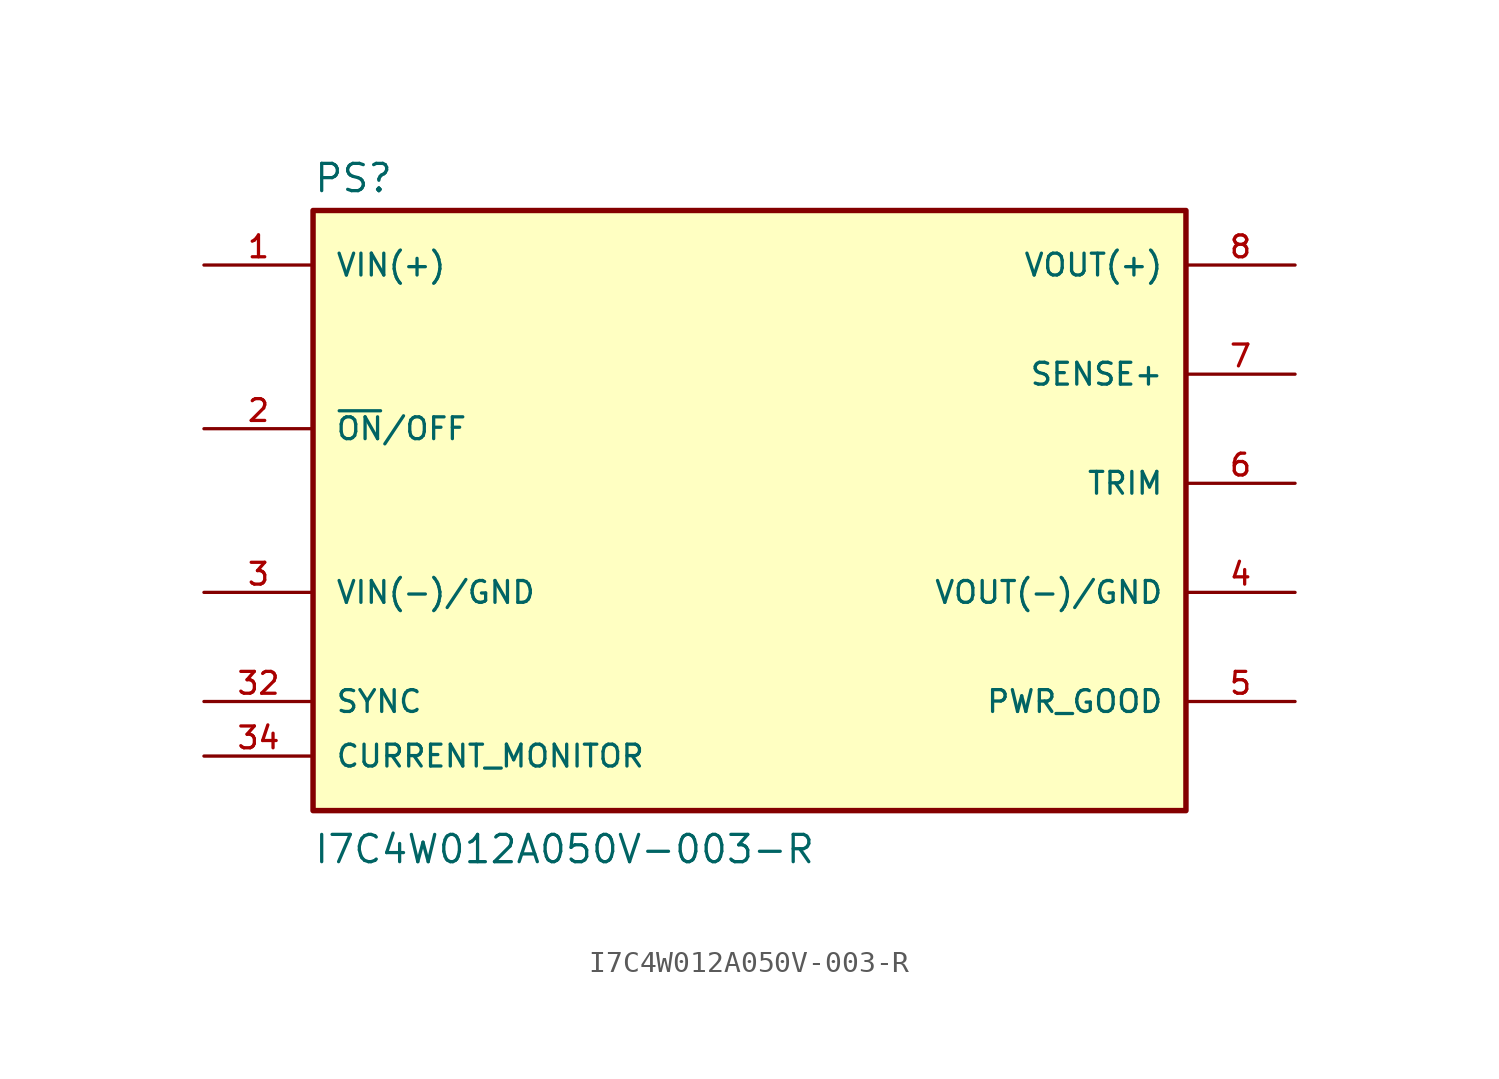
<source format=kicad_sym>
(kicad_symbol_lib
  (version 20211014)
  (generator kicad_symbol_editor)
  (symbol "I7C4W012A050V-003-R"
    (pin_names
      (offset 1.016))
    (property "Reference" "PS"
      (at -20.32 13.462 0)
      (effects (font (size 1.27 1.27)) (justify bottom left)))
    (property "Value" "I7C4W012A050V-003-R"
      (at -20.32 -17.78 0)
      (effects (font (size 1.27 1.27)) (justify bottom left)))
    (symbol "I7C4W012A050V-003-R_0_0"
      (rectangle (start -20.32 -15.24) (end 20.32 12.7) (stroke (width 0.254)) (fill (type background)))
      (pin input line (at -25.4 10.16 0) (length 5.08) (name "VIN(+)" (effects (font (size 1.016 1.016)))) (number "1" (effects (font (size 1.016 1.016)))))
      (pin input line (at -25.4 2.54 0) (length 5.08) (name "~{ON}/OFF" (effects (font (size 1.016 1.016)))) (number "2" (effects (font (size 1.016 1.016)))))
      (pin input line (at -25.4 -5.08 0) (length 5.08) (name "VIN(-)/GND" (effects (font (size 1.016 1.016)))) (number "3" (effects (font (size 1.016 1.016)))))
      (pin output line (at 25.4 -5.08 180.0) (length 5.08) (name "VOUT(-)/GND" (effects (font (size 1.016 1.016)))) (number "4" (effects (font (size 1.016 1.016)))))
      (pin passive line (at 25.4 0.0 180.0) (length 5.08) (name "TRIM" (effects (font (size 1.016 1.016)))) (number "6" (effects (font (size 1.016 1.016)))))
      (pin output line (at 25.4 10.16 180.0) (length 5.08) (name "VOUT(+)" (effects (font (size 1.016 1.016)))) (number "8" (effects (font (size 1.016 1.016)))))
      (pin input line (at 25.4 5.08 180.0) (length 5.08) (name "SENSE+" (effects (font (size 1.016 1.016)))) (number "7" (effects (font (size 1.016 1.016)))))
      (pin output line (at 25.4 -10.16 180.0) (length 5.08) (name "PWR_GOOD" (effects (font (size 1.016 1.016)))) (number "5" (effects (font (size 1.016 1.016)))))
      (pin input line (at -25.4 -10.16 0) (length 5.08) (name "SYNC" (effects (font (size 1.016 1.016)))) (number "32" (effects (font (size 1.016 1.016)))))
      (pin input line (at -25.4 -12.7 0) (length 5.08) (name "CURRENT_MONITOR" (effects (font (size 1.016 1.016)))) (number "34" (effects (font (size 1.016 1.016))))))))
</source>
